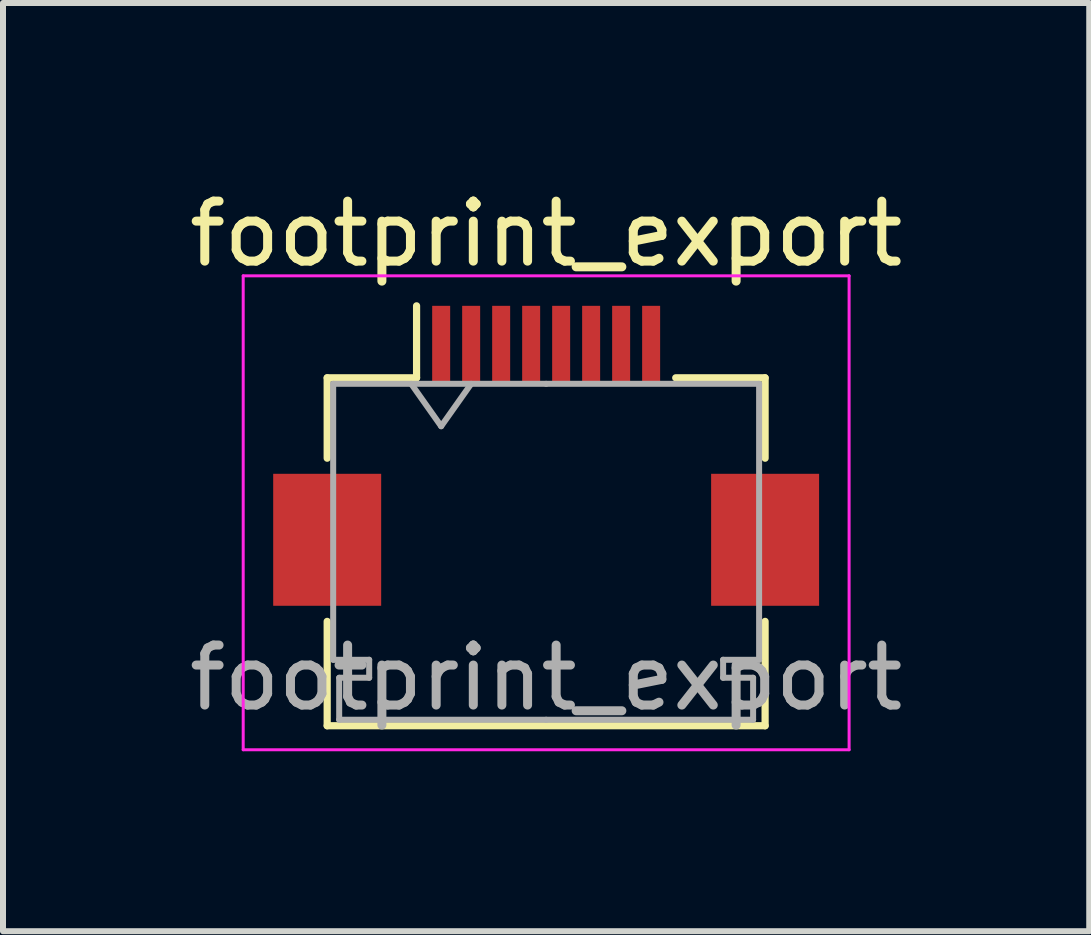
<source format=kicad_pcb>
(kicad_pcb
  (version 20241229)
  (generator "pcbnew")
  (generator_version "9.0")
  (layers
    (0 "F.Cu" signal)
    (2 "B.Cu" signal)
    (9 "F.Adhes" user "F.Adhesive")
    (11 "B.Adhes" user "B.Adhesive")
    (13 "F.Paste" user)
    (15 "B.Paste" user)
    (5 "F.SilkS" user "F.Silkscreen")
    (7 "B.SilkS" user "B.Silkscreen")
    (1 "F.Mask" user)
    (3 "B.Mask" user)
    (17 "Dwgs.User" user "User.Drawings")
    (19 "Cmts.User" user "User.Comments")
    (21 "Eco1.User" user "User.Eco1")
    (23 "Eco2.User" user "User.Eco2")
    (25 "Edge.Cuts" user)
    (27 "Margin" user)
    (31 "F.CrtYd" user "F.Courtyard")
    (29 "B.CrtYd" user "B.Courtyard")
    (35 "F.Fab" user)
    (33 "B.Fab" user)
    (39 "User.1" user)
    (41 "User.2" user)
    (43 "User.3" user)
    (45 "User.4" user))
  (footprint "footprint_export"
    (layer "F.Cu")
    (at 6.054 4.548)
    (property "Reference" "footprint_export" (at 0 -3.7 0) (layer "F.SilkS") (effects (font (size 1 1) (thickness 0.15))))
    (attr smd)
    (fp_line (start -3.65 -1.3) (end -3.65 0.04) (stroke (width 0.12) (type solid)) (layer "F.SilkS"))
    (fp_line (start -3.65 2.76) (end -3.65 4.5) (stroke (width 0.12) (type solid)) (layer "F.SilkS"))
    (fp_line (start -3.65 4.5) (end 3.65 4.5) (stroke (width 0.12) (type solid)) (layer "F.SilkS"))
    (fp_line (start -2.16 -1.3) (end -3.65 -1.3) (stroke (width 0.12) (type solid)) (layer "F.SilkS"))
    (fp_line (start -2.16 -1.3) (end -2.16 -2.5) (stroke (width 0.12) (type solid)) (layer "F.SilkS"))
    (fp_line (start 2.16 -1.3) (end 3.65 -1.3) (stroke (width 0.12) (type solid)) (layer "F.SilkS"))
    (fp_line (start 3.65 -1.3) (end 3.65 0.04) (stroke (width 0.12) (type solid)) (layer "F.SilkS"))
    (fp_line (start 3.65 4.5) (end 3.65 2.76) (stroke (width 0.12) (type solid)) (layer "F.SilkS"))
    (fp_line (start -5.05 -3) (end -5.05 4.9) (stroke (width 0.05) (type solid)) (layer "F.CrtYd"))
    (fp_line (start -5.05 4.9) (end 5.05 4.9) (stroke (width 0.05) (type solid)) (layer "F.CrtYd"))
    (fp_line (start 5.05 -3) (end -5.05 -3) (stroke (width 0.05) (type solid)) (layer "F.CrtYd"))
    (fp_line (start 5.05 4.9) (end 5.05 -3) (stroke (width 0.05) (type solid)) (layer "F.CrtYd"))
    (fp_line (start -3.55 -1.2) (end -3.55 3.4) (stroke (width 0.1) (type solid)) (layer "F.Fab"))
    (fp_line (start -3.55 3.4) (end -2.95 3.4) (stroke (width 0.1) (type solid)) (layer "F.Fab"))
    (fp_line (start -3.45 3.7) (end -3.45 4.4) (stroke (width 0.1) (type solid)) (layer "F.Fab"))
    (fp_line (start -3.45 4.4) (end 0 4.4) (stroke (width 0.1) (type solid)) (layer "F.Fab"))
    (fp_line (start -2.95 3.4) (end -2.95 3.7) (stroke (width 0.1) (type solid)) (layer "F.Fab"))
    (fp_line (start -2.95 3.7) (end -3.45 3.7) (stroke (width 0.1) (type solid)) (layer "F.Fab"))
    (fp_line (start -2.25 -1.2) (end -1.75 -0.493) (stroke (width 0.1) (type solid)) (layer "F.Fab"))
    (fp_line (start -1.75 -0.493) (end -1.25 -1.2) (stroke (width 0.1) (type solid)) (layer "F.Fab"))
    (fp_line (start 0 -1.2) (end -3.55 -1.2) (stroke (width 0.1) (type solid)) (layer "F.Fab"))
    (fp_line (start 0 -1.2) (end 3.55 -1.2) (stroke (width 0.1) (type solid)) (layer "F.Fab"))
    (fp_line (start 2.95 3.4) (end 2.95 3.7) (stroke (width 0.1) (type solid)) (layer "F.Fab"))
    (fp_line (start 2.95 3.7) (end 3.45 3.7) (stroke (width 0.1) (type solid)) (layer "F.Fab"))
    (fp_line (start 3.45 3.7) (end 3.45 4.4) (stroke (width 0.1) (type solid)) (layer "F.Fab"))
    (fp_line (start 3.45 4.4) (end 0 4.4) (stroke (width 0.1) (type solid)) (layer "F.Fab"))
    (fp_line (start 3.55 -1.2) (end 3.55 3.4) (stroke (width 0.1) (type solid)) (layer "F.Fab"))
    (fp_line (start 3.55 3.4) (end 2.95 3.4) (stroke (width 0.1) (type solid)) (layer "F.Fab"))
    (fp_text user "${REFERENCE}" (at 0 3.7 0) (layer "F.Fab") (effects (font (size 1 1) (thickness 0.15))))
    (pad "1" smd rect (at -1.75 -1.85) (size 0.3 1.3) (layers "F.Cu" "F.Mask" "F.Paste"))
    (pad "2" smd rect (at -1.25 -1.85) (size 0.3 1.3) (layers "F.Cu" "F.Mask" "F.Paste"))
    (pad "3" smd rect (at -0.75 -1.85) (size 0.3 1.3) (layers "F.Cu" "F.Mask" "F.Paste"))
    (pad "4" smd rect (at -0.25 -1.85) (size 0.3 1.3) (layers "F.Cu" "F.Mask" "F.Paste"))
    (pad "5" smd rect (at 0.25 -1.85) (size 0.3 1.3) (layers "F.Cu" "F.Mask" "F.Paste"))
    (pad "6" smd rect (at 0.75 -1.85) (size 0.3 1.3) (layers "F.Cu" "F.Mask" "F.Paste"))
    (pad "7" smd rect (at 1.25 -1.85) (size 0.3 1.3) (layers "F.Cu" "F.Mask" "F.Paste"))
    (pad "8" smd rect (at 1.75 -1.85) (size 0.3 1.3) (layers "F.Cu" "F.Mask" "F.Paste"))
    (pad "MP" smd rect (at -3.65 1.4) (size 1.8 2.2) (layers "F.Cu" "F.Mask" "F.Paste"))
    (pad "MP" smd rect (at 3.65 1.4) (size 1.8 2.2) (layers "F.Cu" "F.Mask" "F.Paste")))
  (gr_rect
    (start -3 -3)
    (end 15.107 12.473)
    (stroke (width 0.1) (type default))
    (fill no)
    (layer "Edge.Cuts")))
</source>
